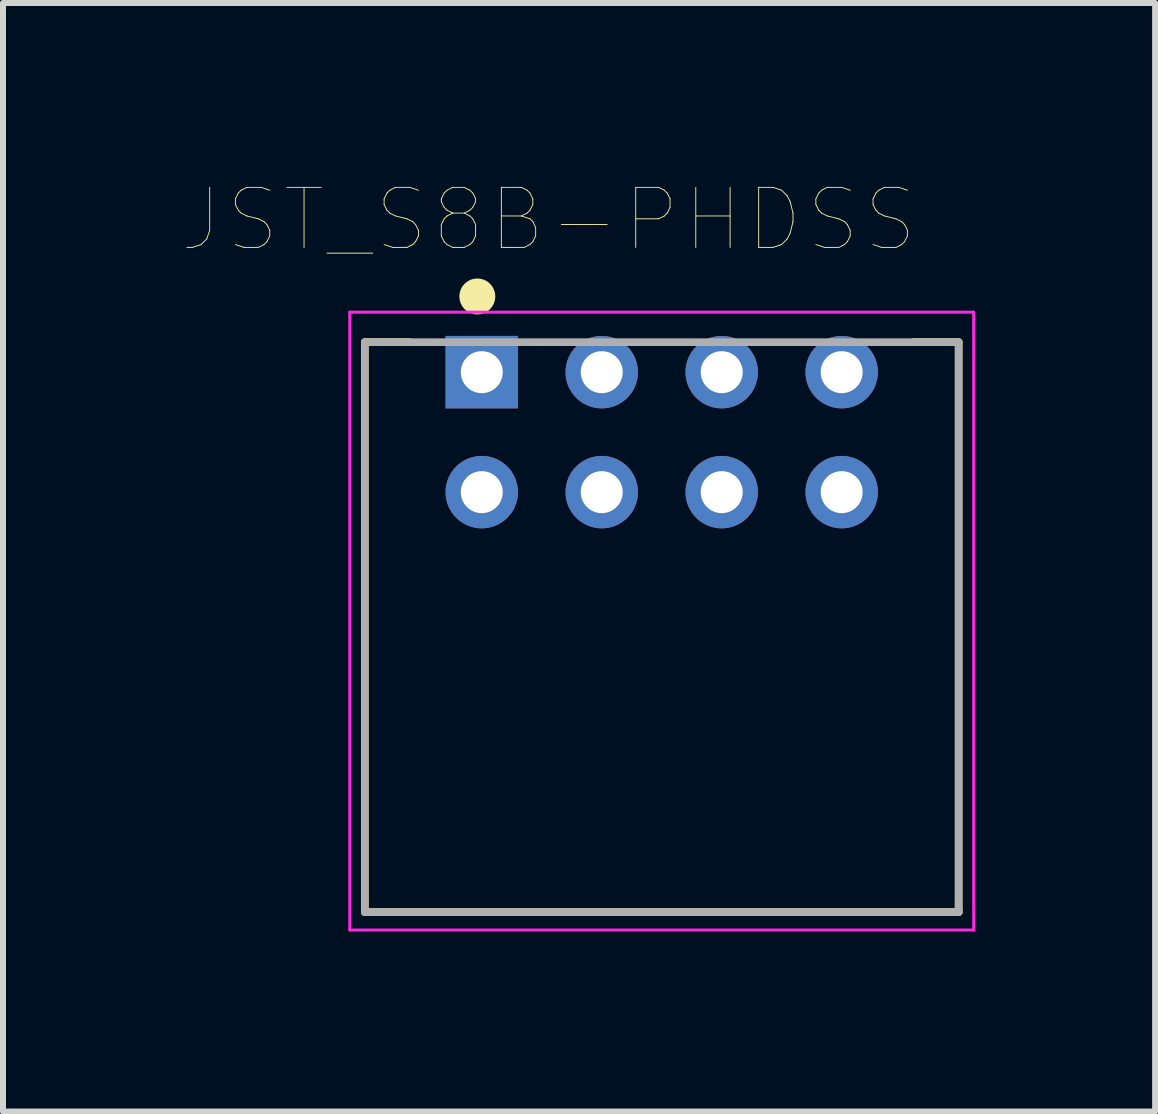
<source format=kicad_pcb>
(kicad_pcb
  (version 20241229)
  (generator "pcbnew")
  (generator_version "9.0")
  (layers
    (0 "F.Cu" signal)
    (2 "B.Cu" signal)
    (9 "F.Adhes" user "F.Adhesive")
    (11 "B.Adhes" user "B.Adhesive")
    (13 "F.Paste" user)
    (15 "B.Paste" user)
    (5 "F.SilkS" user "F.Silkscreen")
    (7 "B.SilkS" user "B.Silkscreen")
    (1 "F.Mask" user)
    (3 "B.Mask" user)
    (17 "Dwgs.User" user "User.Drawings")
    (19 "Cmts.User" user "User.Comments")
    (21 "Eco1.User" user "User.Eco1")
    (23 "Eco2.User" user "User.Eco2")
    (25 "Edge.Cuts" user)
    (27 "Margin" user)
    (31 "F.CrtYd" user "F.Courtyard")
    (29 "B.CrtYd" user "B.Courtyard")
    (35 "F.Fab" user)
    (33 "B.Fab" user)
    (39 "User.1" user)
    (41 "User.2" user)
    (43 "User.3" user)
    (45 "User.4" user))
  (footprint "JST_S8B-PHDSS"
    (layer "F.Cu")
    (at 4.981 3.154)
    (property "Reference" "JST_S8B-PHDSS" (at 1.113 -2.542 0) (layer "F.SilkS") (effects (font (size 1.001 1.001) (thickness 0.015))))
    (attr through_hole)
    (fp_line (start -1.95 -0.5) (end -1.95 9) (stroke (width 0.127) (type solid)) (layer "F.SilkS"))
    (fp_line (start -1.95 -0.5) (end -1.2 -0.5) (stroke (width 0.127) (type solid)) (layer "F.SilkS"))
    (fp_line (start -1.95 9) (end 7.95 9) (stroke (width 0.127) (type solid)) (layer "F.SilkS"))
    (fp_line (start 7.95 -0.5) (end 7.2 -0.5) (stroke (width 0.127) (type solid)) (layer "F.SilkS"))
    (fp_line (start 7.95 9) (end 7.95 -0.5) (stroke (width 0.127) (type solid)) (layer "F.SilkS"))
    (fp_circle (center -0.074 -1.262) (end 0.076 -1.262) (stroke (width 0.3) (type solid)) (fill no) (layer "F.SilkS"))
    (fp_line (start -2.2 -1) (end 8.2 -1) (stroke (width 0.05) (type solid)) (layer "F.CrtYd"))
    (fp_line (start -2.2 9.3) (end -2.2 -1) (stroke (width 0.05) (type solid)) (layer "F.CrtYd"))
    (fp_line (start 8.2 -1) (end 8.2 9.3) (stroke (width 0.05) (type solid)) (layer "F.CrtYd"))
    (fp_line (start 8.2 9.3) (end -2.2 9.3) (stroke (width 0.05) (type solid)) (layer "F.CrtYd"))
    (fp_line (start -1.95 -0.5) (end -1.95 9) (stroke (width 0.127) (type solid)) (layer "F.Fab"))
    (fp_line (start -1.95 9) (end 7.95 9) (stroke (width 0.127) (type solid)) (layer "F.Fab"))
    (fp_line (start 7.95 -0.5) (end -1.95 -0.5) (stroke (width 0.127) (type solid)) (layer "F.Fab"))
    (fp_line (start 7.95 9) (end 7.95 -0.5) (stroke (width 0.127) (type solid)) (layer "F.Fab"))
    (pad "1" thru_hole rect (at 0 0) (size 1.208 1.208) (drill 0.7) (layers "*.Cu" "*.Mask"))
    (pad "2" thru_hole circle (at 0 2) (size 1.208 1.208) (drill 0.7) (layers "*.Cu" "*.Mask"))
    (pad "3" thru_hole circle (at 2 0) (size 1.208 1.208) (drill 0.7) (layers "*.Cu" "*.Mask"))
    (pad "4" thru_hole circle (at 2 2) (size 1.208 1.208) (drill 0.7) (layers "*.Cu" "*.Mask"))
    (pad "5" thru_hole circle (at 4 0) (size 1.208 1.208) (drill 0.7) (layers "*.Cu" "*.Mask"))
    (pad "6" thru_hole circle (at 4 2) (size 1.208 1.208) (drill 0.7) (layers "*.Cu" "*.Mask"))
    (pad "7" thru_hole circle (at 6 0) (size 1.208 1.208) (drill 0.7) (layers "*.Cu" "*.Mask"))
    (pad "8" thru_hole circle (at 6 2) (size 1.208 1.208) (drill 0.7) (layers "*.Cu" "*.Mask")))
  (gr_rect
    (start -3 -3)
    (end 16.206 15.479)
    (stroke (width 0.1) (type default))
    (fill no)
    (layer "Edge.Cuts")))
</source>
